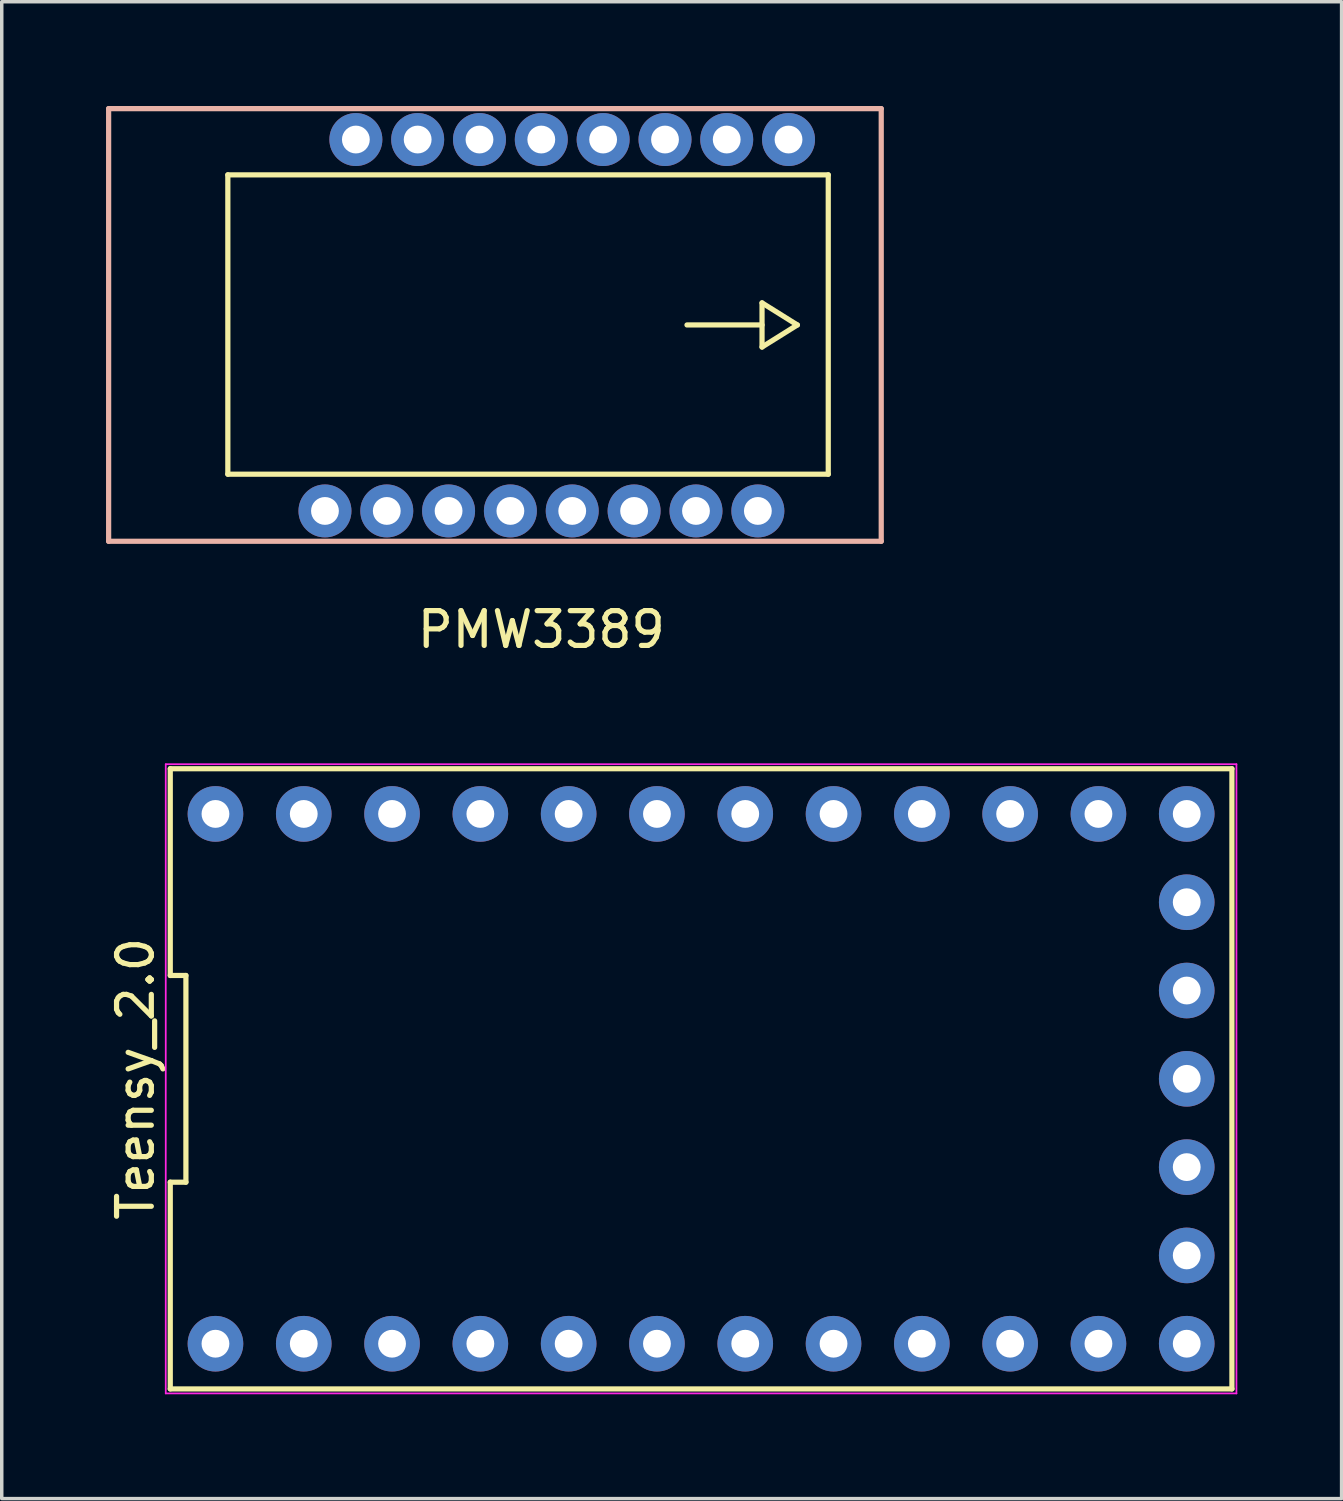
<source format=kicad_pcb>
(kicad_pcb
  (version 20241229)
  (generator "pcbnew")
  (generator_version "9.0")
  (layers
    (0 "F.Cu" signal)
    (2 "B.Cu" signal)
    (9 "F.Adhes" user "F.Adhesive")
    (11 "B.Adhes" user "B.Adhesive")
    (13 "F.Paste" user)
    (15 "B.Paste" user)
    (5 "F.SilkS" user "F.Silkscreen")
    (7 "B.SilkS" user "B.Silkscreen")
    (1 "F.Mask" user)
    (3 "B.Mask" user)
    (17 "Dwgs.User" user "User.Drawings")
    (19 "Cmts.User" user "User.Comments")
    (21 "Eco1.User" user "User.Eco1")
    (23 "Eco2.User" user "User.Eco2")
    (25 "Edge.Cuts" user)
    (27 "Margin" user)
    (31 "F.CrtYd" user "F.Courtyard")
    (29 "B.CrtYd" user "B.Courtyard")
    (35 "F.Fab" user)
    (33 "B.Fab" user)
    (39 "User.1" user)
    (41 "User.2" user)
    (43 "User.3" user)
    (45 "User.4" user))
  (footprint "PMW3389"
    (layer "F.Cu")
    (at 12.521 6.306)
    (property "Reference" "PMW3389" (at 0 8.755 180) (layer "F.SilkS") (effects (font (size 1 1) (thickness 0.15))))
    (attr through_hole)
    (fp_line (start -9.017 -4.326) (end -9.017 4.285) (stroke (width 0.15) (type solid)) (layer "F.SilkS"))
    (fp_line (start 4.191 -0.008) (end 6.35 -0.008) (stroke (width 0.15) (type solid)) (layer "F.SilkS"))
    (fp_line (start 6.35 -0.643) (end 6.35 0.627) (stroke (width 0.15) (type solid)) (layer "F.SilkS"))
    (fp_line (start 6.35 0.627) (end 7.366 -0.008) (stroke (width 0.15) (type solid)) (layer "F.SilkS"))
    (fp_line (start 7.366 -0.008) (end 6.35 -0.643) (stroke (width 0.15) (type solid)) (layer "F.SilkS"))
    (fp_line (start 8.255 -4.326) (end -9.017 -4.326) (stroke (width 0.15) (type solid)) (layer "F.SilkS"))
    (fp_line (start 8.255 4.285) (end -9.017 4.285) (stroke (width 0.15) (type solid)) (layer "F.SilkS"))
    (fp_line (start 8.255 4.285) (end 8.255 -4.326) (stroke (width 0.15) (type solid)) (layer "F.SilkS"))
    (fp_line (start -12.446 -6.231) (end -12.446 6.215) (stroke (width 0.15) (type solid)) (layer "B.SilkS"))
    (fp_line (start -12.446 6.215) (end 9.779 6.215) (stroke (width 0.15) (type solid)) (layer "B.SilkS"))
    (fp_line (start 9.779 -6.231) (end -12.446 -6.231) (stroke (width 0.15) (type solid)) (layer "B.SilkS"))
    (fp_line (start 9.779 6.215) (end 9.779 -6.231) (stroke (width 0.15) (type solid)) (layer "B.SilkS"))
    (pad "1" thru_hole oval (at -6.223 5.342) (size 1.524 1.524) (drill 0.8) (layers "*.Cu" "*.Mask"))
    (pad "2" thru_hole oval (at -4.445 5.342) (size 1.524 1.524) (drill 0.8) (layers "*.Cu" "*.Mask"))
    (pad "3" thru_hole oval (at -2.667 5.342) (size 1.524 1.524) (drill 0.8) (layers "*.Cu" "*.Mask"))
    (pad "4" thru_hole oval (at -0.889 5.342) (size 1.524 1.524) (drill 0.8) (layers "*.Cu" "*.Mask"))
    (pad "5" thru_hole oval (at 0.89 5.342) (size 1.524 1.524) (drill 0.8) (layers "*.Cu" "*.Mask"))
    (pad "6" thru_hole oval (at 2.67 5.342) (size 1.524 1.524) (drill 0.8) (layers "*.Cu" "*.Mask"))
    (pad "7" thru_hole oval (at 4.45 5.342) (size 1.524 1.524) (drill 0.8) (layers "*.Cu" "*.Mask"))
    (pad "8" thru_hole oval (at 6.23 5.342) (size 1.524 1.524) (drill 0.8) (layers "*.Cu" "*.Mask"))
    (pad "9" thru_hole oval (at 7.112 -5.342) (size 1.524 1.524) (drill 0.8) (layers "*.Cu" "*.Mask"))
    (pad "10" thru_hole oval (at 5.334 -5.342) (size 1.524 1.524) (drill 0.8) (layers "*.Cu" "*.Mask"))
    (pad "11" thru_hole oval (at 3.559 -5.342) (size 1.524 1.524) (drill 0.8) (layers "*.Cu" "*.Mask"))
    (pad "12" thru_hole oval (at 1.779 -5.342) (size 1.524 1.524) (drill 0.8) (layers "*.Cu" "*.Mask"))
    (pad "13" thru_hole oval (at 0 -5.342) (size 1.524 1.524) (drill 0.8) (layers "*.Cu" "*.Mask"))
    (pad "14" thru_hole oval (at -1.778 -5.342) (size 1.524 1.524) (drill 0.8) (layers "*.Cu" "*.Mask"))
    (pad "15" thru_hole oval (at -3.556 -5.342) (size 1.524 1.524) (drill 0.8) (layers "*.Cu" "*.Mask"))
    (pad "16" thru_hole oval (at -5.334 -5.342) (size 1.524 1.524) (drill 0.8) (layers "*.Cu" "*.Mask")))
  (footprint "Teensy_2.0"
    (layer "F.Cu")
    (at 17.118 27.984)
    (property "Reference" "Teensy_2.0" (at -16.27 0 90) (layer "F.SilkS") (effects (font (size 1 1) (thickness 0.15))))
    (attr through_hole)
    (fp_line (start -15.27 -8.92) (end -15.27 -2.973) (stroke (width 0.15) (type solid)) (layer "F.SilkS"))
    (fp_line (start -15.27 -2.973) (end -14.82 -2.973) (stroke (width 0.15) (type solid)) (layer "F.SilkS"))
    (fp_line (start -15.27 2.973) (end -15.27 8.92) (stroke (width 0.15) (type solid)) (layer "F.SilkS"))
    (fp_line (start -15.27 8.92) (end 15.27 8.92) (stroke (width 0.15) (type solid)) (layer "F.SilkS"))
    (fp_line (start -14.82 -2.973) (end -14.82 2.973) (stroke (width 0.15) (type solid)) (layer "F.SilkS"))
    (fp_line (start -14.82 2.973) (end -15.27 2.973) (stroke (width 0.15) (type solid)) (layer "F.SilkS"))
    (fp_line (start 15.27 -8.92) (end -15.27 -8.92) (stroke (width 0.15) (type solid)) (layer "F.SilkS"))
    (fp_line (start 15.27 8.92) (end 15.27 -8.92) (stroke (width 0.15) (type solid)) (layer "F.SilkS"))
    (fp_line (start -15.4 -9.05) (end 15.4 -9.05) (stroke (width 0.05) (type solid)) (layer "F.CrtYd"))
    (fp_line (start -15.4 9.05) (end -15.4 -9.05) (stroke (width 0.05) (type solid)) (layer "F.CrtYd"))
    (fp_line (start 15.4 -9.05) (end 15.4 9.05) (stroke (width 0.05) (type solid)) (layer "F.CrtYd"))
    (fp_line (start 15.4 9.05) (end -15.4 9.05) (stroke (width 0.05) (type solid)) (layer "F.CrtYd"))
    (pad "1" thru_hole circle (at -13.97 7.62) (size 1.6 1.6) (drill 0.8) (layers "*.Cu" "*.Mask"))
    (pad "2" thru_hole circle (at -11.43 7.62) (size 1.6 1.6) (drill 0.8) (layers "*.Cu" "*.Mask"))
    (pad "3" thru_hole circle (at -8.89 7.62) (size 1.6 1.6) (drill 0.8) (layers "*.Cu" "*.Mask"))
    (pad "4" thru_hole circle (at -6.35 7.62) (size 1.6 1.6) (drill 0.8) (layers "*.Cu" "*.Mask"))
    (pad "5" thru_hole circle (at -3.81 7.62) (size 1.6 1.6) (drill 0.8) (layers "*.Cu" "*.Mask"))
    (pad "6" thru_hole circle (at -1.27 7.62) (size 1.6 1.6) (drill 0.8) (layers "*.Cu" "*.Mask"))
    (pad "7" thru_hole circle (at 1.27 7.62) (size 1.6 1.6) (drill 0.8) (layers "*.Cu" "*.Mask"))
    (pad "8" thru_hole circle (at 3.81 7.62) (size 1.6 1.6) (drill 0.8) (layers "*.Cu" "*.Mask"))
    (pad "9" thru_hole circle (at 6.35 7.62) (size 1.6 1.6) (drill 0.8) (layers "*.Cu" "*.Mask"))
    (pad "10" thru_hole circle (at 8.89 7.62) (size 1.6 1.6) (drill 0.8) (layers "*.Cu" "*.Mask"))
    (pad "11" thru_hole circle (at 11.43 7.62) (size 1.6 1.6) (drill 0.8) (layers "*.Cu" "*.Mask"))
    (pad "12" thru_hole circle (at 13.97 7.62) (size 1.6 1.6) (drill 0.8) (layers "*.Cu" "*.Mask"))
    (pad "13" thru_hole circle (at 13.97 -7.62) (size 1.6 1.6) (drill 0.8) (layers "*.Cu" "*.Mask"))
    (pad "14" thru_hole circle (at 11.43 -7.62) (size 1.6 1.6) (drill 0.8) (layers "*.Cu" "*.Mask"))
    (pad "15" thru_hole circle (at 8.89 -7.62) (size 1.6 1.6) (drill 0.8) (layers "*.Cu" "*.Mask"))
    (pad "16" thru_hole circle (at 6.35 -7.62) (size 1.6 1.6) (drill 0.8) (layers "*.Cu" "*.Mask"))
    (pad "17" thru_hole circle (at 3.81 -7.62) (size 1.6 1.6) (drill 0.8) (layers "*.Cu" "*.Mask"))
    (pad "18" thru_hole circle (at 1.27 -7.62) (size 1.6 1.6) (drill 0.8) (layers "*.Cu" "*.Mask"))
    (pad "19" thru_hole circle (at -1.27 -7.62) (size 1.6 1.6) (drill 0.8) (layers "*.Cu" "*.Mask"))
    (pad "20" thru_hole circle (at -3.81 -7.62) (size 1.6 1.6) (drill 0.8) (layers "*.Cu" "*.Mask"))
    (pad "21" thru_hole circle (at -6.35 -7.62) (size 1.6 1.6) (drill 0.8) (layers "*.Cu" "*.Mask"))
    (pad "22" thru_hole circle (at -8.89 -7.62) (size 1.6 1.6) (drill 0.8) (layers "*.Cu" "*.Mask"))
    (pad "23" thru_hole circle (at -11.43 -7.62) (size 1.6 1.6) (drill 0.8) (layers "*.Cu" "*.Mask"))
    (pad "24" thru_hole circle (at -13.97 -7.62) (size 1.6 1.6) (drill 0.8) (layers "*.Cu" "*.Mask"))
    (pad "25" thru_hole circle (at 13.97 -5.08) (size 1.6 1.6) (drill 0.8) (layers "*.Cu" "*.Mask"))
    (pad "26" thru_hole circle (at 13.97 -2.54) (size 1.6 1.6) (drill 0.8) (layers "*.Cu" "*.Mask"))
    (pad "27" thru_hole circle (at 13.97 0) (size 1.6 1.6) (drill 0.8) (layers "*.Cu" "*.Mask"))
    (pad "28" thru_hole circle (at 13.97 2.54) (size 1.6 1.6) (drill 0.8) (layers "*.Cu" "*.Mask"))
    (pad "29" thru_hole circle (at 13.97 5.08) (size 1.6 1.6) (drill 0.8) (layers "*.Cu" "*.Mask")))
  (gr_rect
    (start -3 -3)
    (end 35.543 40.059)
    (stroke (width 0.1) (type default))
    (fill no)
    (layer "Edge.Cuts")))
</source>
